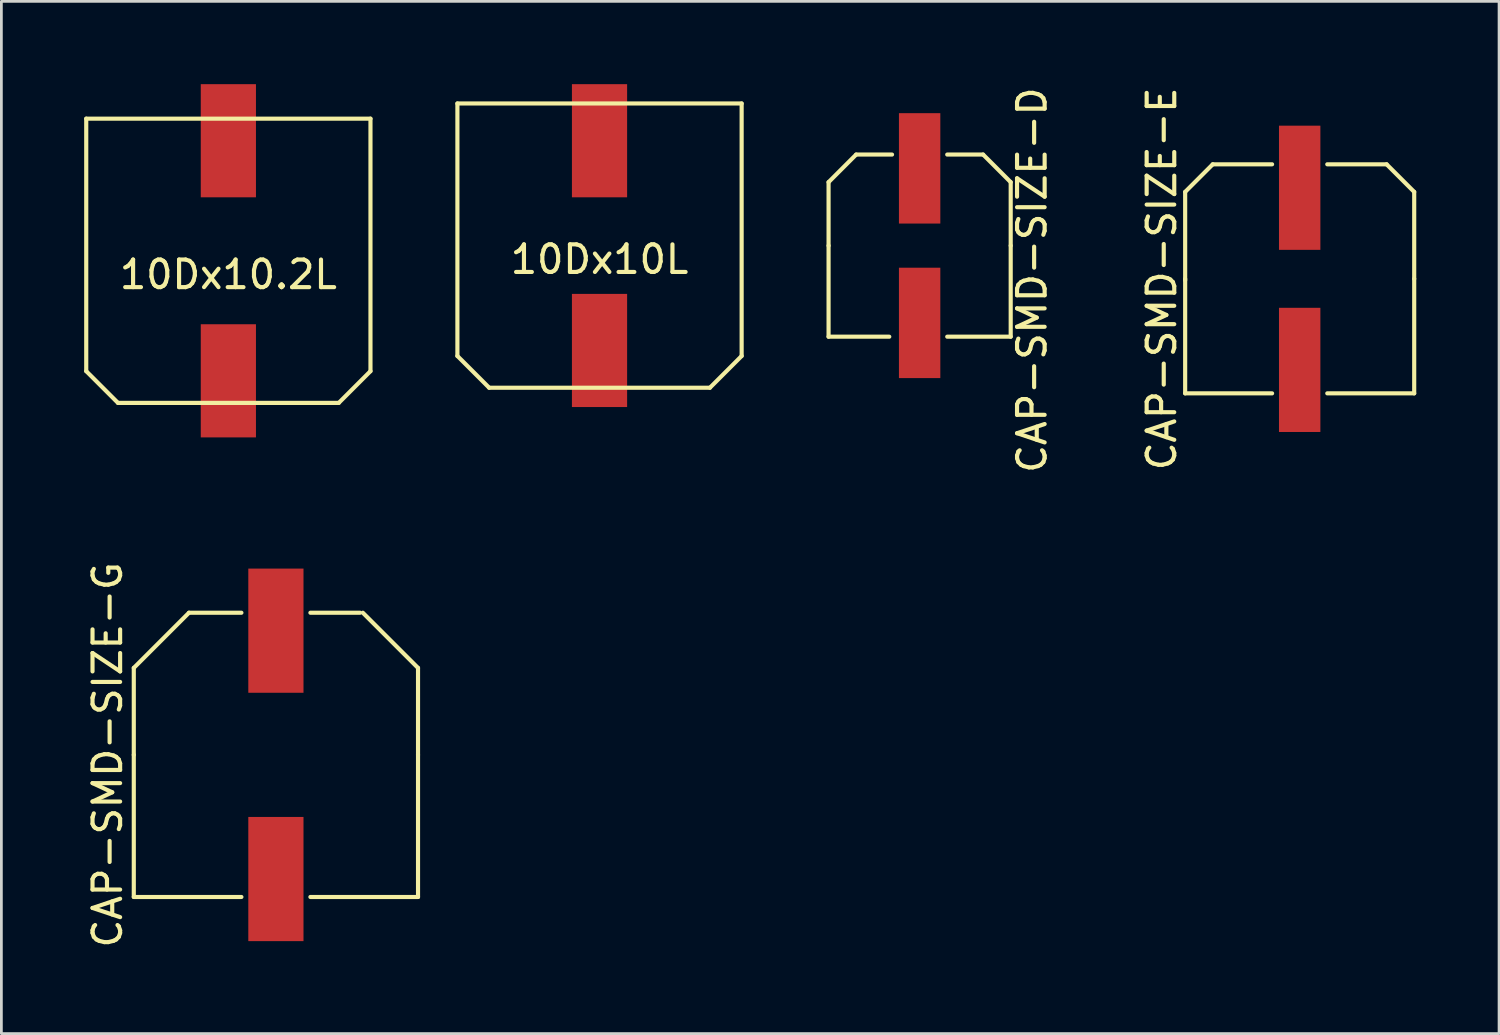
<source format=kicad_pcb>
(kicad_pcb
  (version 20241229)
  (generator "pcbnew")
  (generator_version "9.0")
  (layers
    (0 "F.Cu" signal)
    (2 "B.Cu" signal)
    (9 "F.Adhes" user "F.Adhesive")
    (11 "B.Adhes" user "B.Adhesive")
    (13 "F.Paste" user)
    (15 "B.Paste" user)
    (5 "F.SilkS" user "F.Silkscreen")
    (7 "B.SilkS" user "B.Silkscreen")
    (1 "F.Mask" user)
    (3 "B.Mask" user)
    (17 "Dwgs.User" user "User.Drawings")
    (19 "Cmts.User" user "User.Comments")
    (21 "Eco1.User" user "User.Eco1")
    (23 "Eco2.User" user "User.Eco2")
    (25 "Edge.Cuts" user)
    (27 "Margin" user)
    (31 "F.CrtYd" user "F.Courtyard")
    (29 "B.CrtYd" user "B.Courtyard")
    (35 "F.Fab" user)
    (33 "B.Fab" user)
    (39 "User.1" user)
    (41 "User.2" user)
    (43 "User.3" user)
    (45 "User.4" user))
  (footprint "CAP-SMD-SIZE-D"
    (layer "F.Cu")
    (at 30.275 5.851)
    (property "Reference" "CAP-SMD-SIZE-D" (at 4.075 1.25 90) (layer "F.SilkS") (effects (font (size 1 1) (thickness 0.15))))
    (attr through_hole)
    (fp_line (start -3.3 -2.3) (end -3.3 0) (stroke (width 0.15) (type solid)) (layer "F.SilkS"))
    (fp_line (start -3.3 0) (end -3.3 3.3) (stroke (width 0.15) (type solid)) (layer "F.SilkS"))
    (fp_line (start -3.3 3.3) (end -1.1 3.3) (stroke (width 0.15) (type solid)) (layer "F.SilkS"))
    (fp_line (start -2.3 -3.3) (end -3.3 -2.3) (stroke (width 0.15) (type solid)) (layer "F.SilkS"))
    (fp_line (start -2.3 -3.3) (end -1 -3.3) (stroke (width 0.15) (type solid)) (layer "F.SilkS"))
    (fp_line (start 2.3 -3.3) (end 1 -3.3) (stroke (width 0.15) (type solid)) (layer "F.SilkS"))
    (fp_line (start 3.3 -2.3) (end 2.3 -3.3) (stroke (width 0.15) (type solid)) (layer "F.SilkS"))
    (fp_line (start 3.3 0) (end 3.3 -2.3) (stroke (width 0.15) (type solid)) (layer "F.SilkS"))
    (fp_line (start 3.3 3.3) (end 1 3.3) (stroke (width 0.15) (type solid)) (layer "F.SilkS"))
    (fp_line (start 3.3 3.3) (end 3.3 0) (stroke (width 0.15) (type solid)) (layer "F.SilkS"))
    (pad "1" smd rect (at 0 -2.8) (size 1.5 4) (layers "F.Cu" "F.Mask" "F.Paste"))
    (pad "2" smd rect (at 0 2.8) (size 1.5 4) (layers "F.Cu" "F.Mask" "F.Paste")))
  (footprint "10Dx10L"
    (layer "F.Cu")
    (at 18.675 5.85)
    (property "Reference" "10Dx10L" (at 0 0.5 0) (layer "F.SilkS") (effects (font (size 1 1) (thickness 0.15))))
    (attr through_hole)
    (fp_line (start -5.15 -5.15) (end -5.15 4) (stroke (width 0.15) (type solid)) (layer "F.SilkS"))
    (fp_line (start -5.15 -5.15) (end 5.15 -5.15) (stroke (width 0.15) (type solid)) (layer "F.SilkS"))
    (fp_line (start -4 5.15) (end -5.15 4) (stroke (width 0.15) (type solid)) (layer "F.SilkS"))
    (fp_line (start -4 5.15) (end 4 5.15) (stroke (width 0.15) (type solid)) (layer "F.SilkS"))
    (fp_line (start 4 5.15) (end 5.15 4) (stroke (width 0.15) (type solid)) (layer "F.SilkS"))
    (fp_line (start 5.15 -5.15) (end 5.15 4) (stroke (width 0.15) (type solid)) (layer "F.SilkS"))
    (pad "1" smd rect (at 0 3.8) (size 2 4.1) (layers "F.Cu" "F.Mask" "F.Paste"))
    (pad "2" smd rect (at 0 -3.8) (size 2 4.1) (layers "F.Cu" "F.Mask" "F.Paste")))
  (footprint "CAP-SMD-SIZE-G"
    (layer "F.Cu")
    (at 6.948 24.304)
    (property "Reference" "CAP-SMD-SIZE-G" (at -6.1 0 90) (layer "F.SilkS") (effects (font (size 1 1) (thickness 0.15))))
    (attr through_hole)
    (fp_line (start -5.15 -3.15) (end -5.15 0) (stroke (width 0.15) (type solid)) (layer "F.SilkS"))
    (fp_line (start -5.15 5.15) (end -5.15 0) (stroke (width 0.15) (type solid)) (layer "F.SilkS"))
    (fp_line (start -5.15 5.15) (end -1.25 5.15) (stroke (width 0.15) (type solid)) (layer "F.SilkS"))
    (fp_line (start -3.15 -5.15) (end -5.15 -3.15) (stroke (width 0.15) (type solid)) (layer "F.SilkS"))
    (fp_line (start -3.15 -5.15) (end -1.25 -5.15) (stroke (width 0.15) (type solid)) (layer "F.SilkS"))
    (fp_line (start 3.05 -5.15) (end 1.25 -5.15) (stroke (width 0.15) (type solid)) (layer "F.SilkS"))
    (fp_line (start 5.15 -3.15) (end 3.15 -5.15) (stroke (width 0.15) (type solid)) (layer "F.SilkS"))
    (fp_line (start 5.15 0) (end 5.15 -3.15) (stroke (width 0.15) (type solid)) (layer "F.SilkS"))
    (fp_line (start 5.15 5.15) (end 1.25 5.15) (stroke (width 0.15) (type solid)) (layer "F.SilkS"))
    (fp_line (start 5.15 5.15) (end 5.15 0) (stroke (width 0.15) (type solid)) (layer "F.SilkS"))
    (pad "1" smd rect (at 0 -4.5) (size 2 4.5) (layers "F.Cu" "F.Mask" "F.Paste"))
    (pad "2" smd rect (at 0 4.5) (size 2 4.5) (layers "F.Cu" "F.Mask" "F.Paste")))
  (footprint "CAP-SMD-SIZE-E"
    (layer "F.Cu")
    (at 44.047 7.054)
    (property "Reference" "CAP-SMD-SIZE-E" (at -5 0 90) (layer "F.SilkS") (effects (font (size 1 1) (thickness 0.15))))
    (attr through_hole)
    (fp_line (start -4.15 -3.15) (end -4.15 0.05) (stroke (width 0.15) (type solid)) (layer "F.SilkS"))
    (fp_line (start -4.15 0) (end -4.15 4.15) (stroke (width 0.15) (type solid)) (layer "F.SilkS"))
    (fp_line (start -4.15 4.15) (end -1 4.15) (stroke (width 0.15) (type solid)) (layer "F.SilkS"))
    (fp_line (start -3.15 -4.15) (end -4.15 -3.15) (stroke (width 0.15) (type solid)) (layer "F.SilkS"))
    (fp_line (start -3.15 -4.15) (end -1 -4.15) (stroke (width 0.15) (type solid)) (layer "F.SilkS"))
    (fp_line (start 3.15 -4.15) (end 1 -4.15) (stroke (width 0.15) (type solid)) (layer "F.SilkS"))
    (fp_line (start 4.15 -3.15) (end 3.15 -4.15) (stroke (width 0.15) (type solid)) (layer "F.SilkS"))
    (fp_line (start 4.15 0) (end 4.15 -3.15) (stroke (width 0.15) (type solid)) (layer "F.SilkS"))
    (fp_line (start 4.15 4.15) (end 1 4.15) (stroke (width 0.15) (type solid)) (layer "F.SilkS"))
    (fp_line (start 4.15 4.15) (end 4.15 0) (stroke (width 0.15) (type solid)) (layer "F.SilkS"))
    (pad "1" smd rect (at 0 -3.3) (size 1.5 4.5) (layers "F.Cu" "F.Mask" "F.Paste"))
    (pad "2" smd rect (at 0 3.3) (size 1.5 4.5) (layers "F.Cu" "F.Mask" "F.Paste")))
  (footprint "10Dx10.2L"
    (layer "F.Cu")
    (at 5.225 6.4)
    (property "Reference" "10Dx10.2L" (at 0 0.5 0) (layer "F.SilkS") (effects (font (size 1 1) (thickness 0.15))))
    (attr through_hole)
    (fp_line (start -5.15 -5.15) (end -5.15 4) (stroke (width 0.15) (type solid)) (layer "F.SilkS"))
    (fp_line (start -5.15 -5.15) (end 5.15 -5.15) (stroke (width 0.15) (type solid)) (layer "F.SilkS"))
    (fp_line (start -4 5.15) (end -5.15 4) (stroke (width 0.15) (type solid)) (layer "F.SilkS"))
    (fp_line (start -4 5.15) (end 4 5.15) (stroke (width 0.15) (type solid)) (layer "F.SilkS"))
    (fp_line (start 4 5.15) (end 5.15 4) (stroke (width 0.15) (type solid)) (layer "F.SilkS"))
    (fp_line (start 5.15 -5.15) (end 5.15 4) (stroke (width 0.15) (type solid)) (layer "F.SilkS"))
    (pad "1" smd rect (at 0 4.35) (size 2 4.1) (layers "F.Cu" "F.Mask" "F.Paste"))
    (pad "2" smd rect (at 0 -4.35) (size 2 4.1) (layers "F.Cu" "F.Mask" "F.Paste")))
  (gr_rect
    (start -3 -3)
    (end 51.272 34.405)
    (stroke (width 0.1) (type default))
    (fill no)
    (layer "Edge.Cuts")))
</source>
